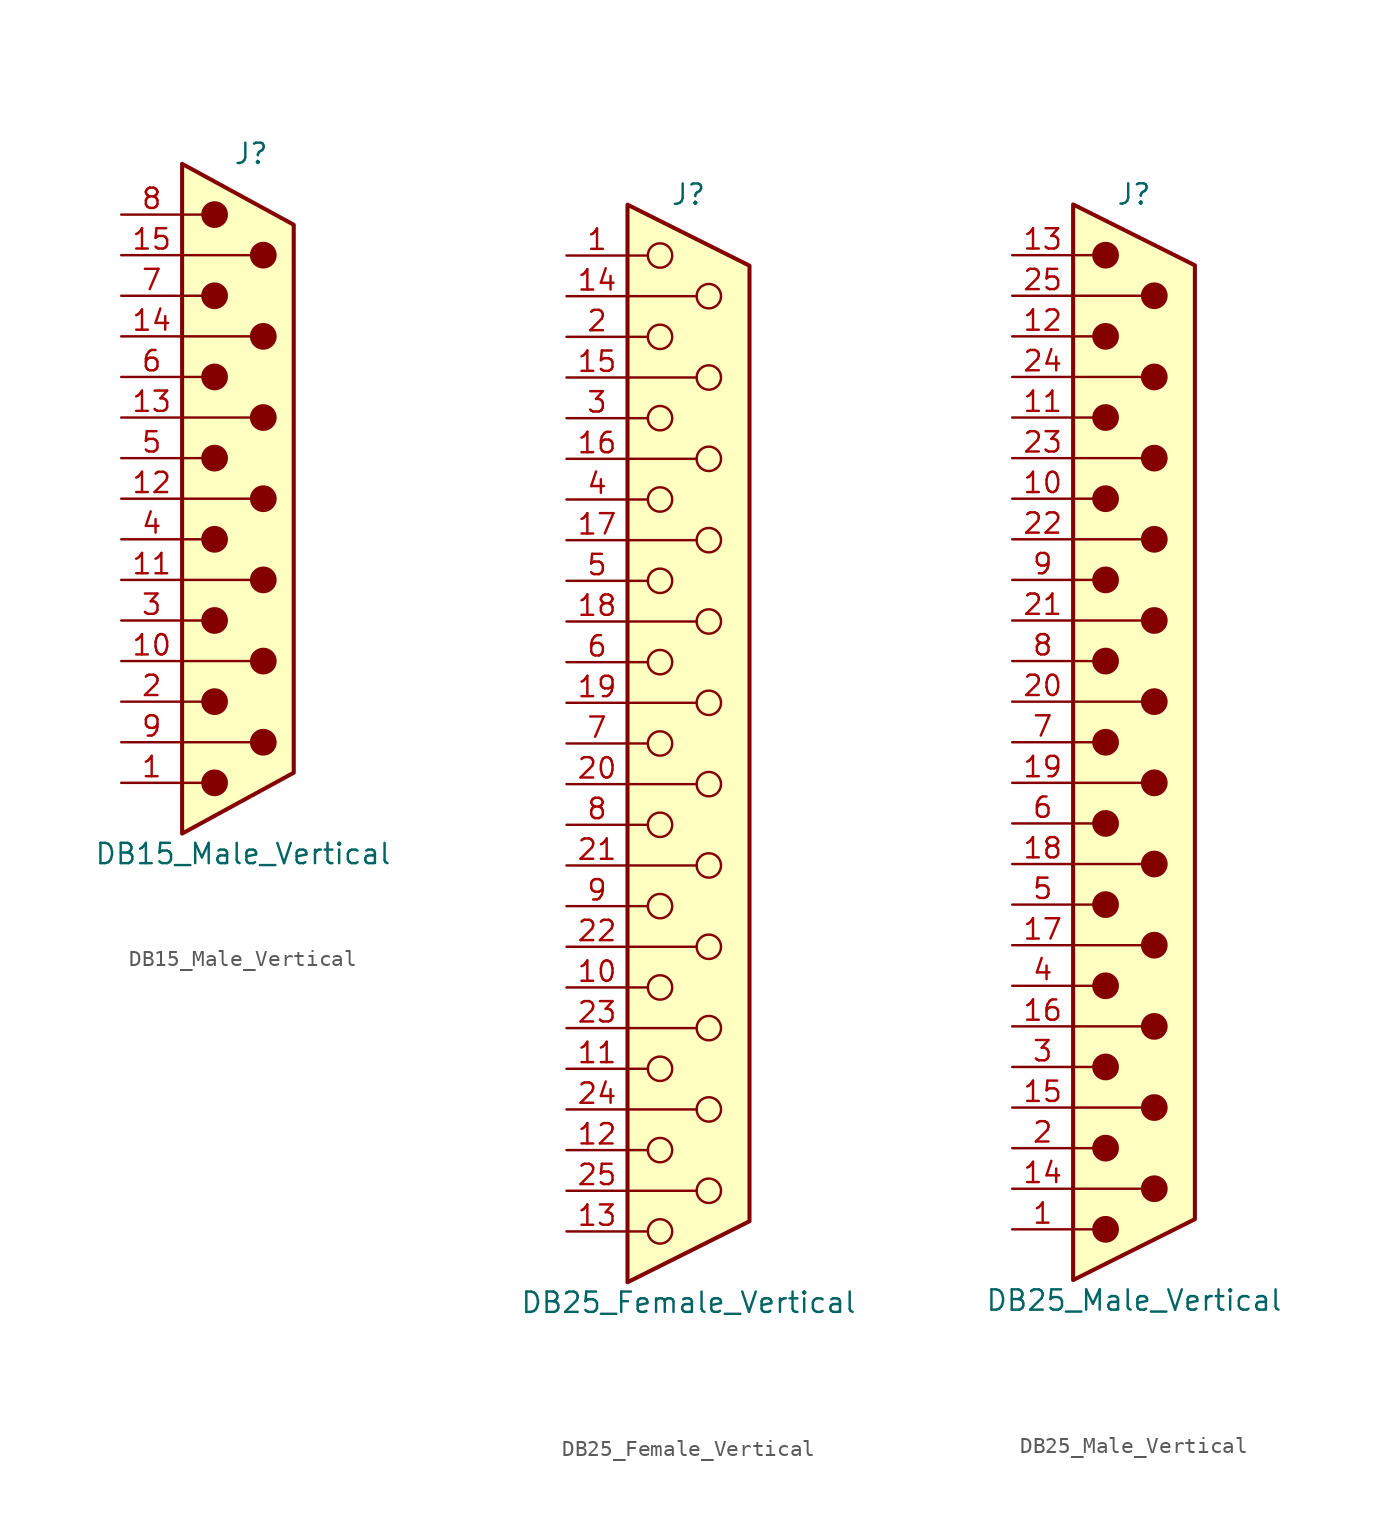
<source format=kicad_sym>
(kicad_symbol_lib
  (version 20220914)
  (generator kicad_symbol_editor)
  (symbol "DB15_Male_Vertical"
    (pin_names
      (offset 1.016) hide)
    (property "Reference" "J"
      (at 0.508 21.59 0)
      (effects (font (size 1.27 1.27))))
    (property "Value" "DB15_Male_Vertical"
      (at 0 -22.225 0)
      (effects (font (size 1.27 1.27))))
    (symbol "DB15_Male_Vertical_0_1"
      (circle (center -1.778 -17.78) (radius 0.762) (stroke (width 0) (type default)) (fill (type outline)))
      (circle (center -1.778 -12.7) (radius 0.762) (stroke (width 0) (type default)) (fill (type outline)))
      (circle (center -1.778 -7.62) (radius 0.762) (stroke (width 0) (type default)) (fill (type outline)))
      (circle (center -1.778 -2.54) (radius 0.762) (stroke (width 0) (type default)) (fill (type outline)))
      (circle (center -1.778 2.54) (radius 0.762) (stroke (width 0) (type default)) (fill (type outline)))
      (circle (center -1.778 7.62) (radius 0.762) (stroke (width 0) (type default)) (fill (type outline)))
      (circle (center -1.778 12.7) (radius 0.762) (stroke (width 0) (type default)) (fill (type outline)))
      (circle (center -1.778 17.78) (radius 0.762) (stroke (width 0) (type default)) (fill (type outline)))
      (polyline (pts (xy -3.81 -17.78) (xy -2.54 -17.78)) (stroke (width 0) (type default)) (fill (type none)))
      (polyline (pts (xy -3.81 -15.24) (xy 0.508 -15.24)) (stroke (width 0) (type default)) (fill (type none)))
      (polyline (pts (xy -3.81 -12.7) (xy -2.54 -12.7)) (stroke (width 0) (type default)) (fill (type none)))
      (polyline (pts (xy -3.81 -10.16) (xy 0.508 -10.16)) (stroke (width 0) (type default)) (fill (type none)))
      (polyline (pts (xy -3.81 -7.62) (xy -2.54 -7.62)) (stroke (width 0) (type default)) (fill (type none)))
      (polyline (pts (xy -3.81 -5.08) (xy 0.508 -5.08)) (stroke (width 0) (type default)) (fill (type none)))
      (polyline (pts (xy -3.81 -2.54) (xy -2.54 -2.54)) (stroke (width 0) (type default)) (fill (type none)))
      (polyline (pts (xy -3.81 0) (xy 0.508 0)) (stroke (width 0) (type default)) (fill (type none)))
      (polyline (pts (xy -3.81 2.54) (xy -2.54 2.54)) (stroke (width 0) (type default)) (fill (type none)))
      (polyline (pts (xy -3.81 5.08) (xy 0.508 5.08)) (stroke (width 0) (type default)) (fill (type none)))
      (polyline (pts (xy -3.81 7.62) (xy -2.54 7.62)) (stroke (width 0) (type default)) (fill (type none)))
      (polyline (pts (xy -3.81 10.16) (xy 0.508 10.16)) (stroke (width 0) (type default)) (fill (type none)))
      (polyline (pts (xy -3.81 12.7) (xy -2.54 12.7)) (stroke (width 0) (type default)) (fill (type none)))
      (polyline (pts (xy -3.81 15.24) (xy 0.508 15.24)) (stroke (width 0) (type default)) (fill (type none)))
      (polyline (pts (xy -3.81 17.78) (xy -2.54 17.78)) (stroke (width 0) (type default)) (fill (type none)))
      (polyline (pts (xy -3.81 -20.955) (xy 3.175 -17.145) (xy 3.175 17.145) (xy -3.81 20.955) (xy -3.81 -20.955)) (stroke (width 0.254) (type default)) (fill (type background)))
      (circle (center 1.27 -15.24) (radius 0.762) (stroke (width 0) (type default)) (fill (type outline)))
      (circle (center 1.27 -10.16) (radius 0.762) (stroke (width 0) (type default)) (fill (type outline)))
      (circle (center 1.27 -5.08) (radius 0.762) (stroke (width 0) (type default)) (fill (type outline)))
      (circle (center 1.27 0) (radius 0.762) (stroke (width 0) (type default)) (fill (type outline)))
      (circle (center 1.27 5.08) (radius 0.762) (stroke (width 0) (type default)) (fill (type outline)))
      (circle (center 1.27 10.16) (radius 0.762) (stroke (width 0) (type default)) (fill (type outline)))
      (circle (center 1.27 15.24) (radius 0.762) (stroke (width 0) (type default)) (fill (type outline))))
    (symbol "DB15_Male_Vertical_1_1"
      (pin passive line (at -7.62 -17.78 0) (length 3.81) (name "1" (effects (font (size 1.27 1.27)))) (number "1" (effects (font (size 1.27 1.27)))))
      (pin passive line (at -7.62 -10.16 0) (length 3.81) (name "P10" (effects (font (size 1.27 1.27)))) (number "10" (effects (font (size 1.27 1.27)))))
      (pin passive line (at -7.62 -5.08 0) (length 3.81) (name "P111" (effects (font (size 1.27 1.27)))) (number "11" (effects (font (size 1.27 1.27)))))
      (pin passive line (at -7.62 0 0) (length 3.81) (name "P12" (effects (font (size 1.27 1.27)))) (number "12" (effects (font (size 1.27 1.27)))))
      (pin passive line (at -7.62 5.08 0) (length 3.81) (name "P13" (effects (font (size 1.27 1.27)))) (number "13" (effects (font (size 1.27 1.27)))))
      (pin passive line (at -7.62 10.16 0) (length 3.81) (name "P14" (effects (font (size 1.27 1.27)))) (number "14" (effects (font (size 1.27 1.27)))))
      (pin passive line (at -7.62 15.24 0) (length 3.81) (name "P15" (effects (font (size 1.27 1.27)))) (number "15" (effects (font (size 1.27 1.27)))))
      (pin passive line (at -7.62 -12.7 0) (length 3.81) (name "2" (effects (font (size 1.27 1.27)))) (number "2" (effects (font (size 1.27 1.27)))))
      (pin passive line (at -7.62 -7.62 0) (length 3.81) (name "3" (effects (font (size 1.27 1.27)))) (number "3" (effects (font (size 1.27 1.27)))))
      (pin passive line (at -7.62 -2.54 0) (length 3.81) (name "4" (effects (font (size 1.27 1.27)))) (number "4" (effects (font (size 1.27 1.27)))))
      (pin passive line (at -7.62 2.54 0) (length 3.81) (name "5" (effects (font (size 1.27 1.27)))) (number "5" (effects (font (size 1.27 1.27)))))
      (pin passive line (at -7.62 7.62 0) (length 3.81) (name "6" (effects (font (size 1.27 1.27)))) (number "6" (effects (font (size 1.27 1.27)))))
      (pin passive line (at -7.62 12.7 0) (length 3.81) (name "7" (effects (font (size 1.27 1.27)))) (number "7" (effects (font (size 1.27 1.27)))))
      (pin passive line (at -7.62 17.78 0) (length 3.81) (name "8" (effects (font (size 1.27 1.27)))) (number "8" (effects (font (size 1.27 1.27)))))
      (pin passive line (at -7.62 -15.24 0) (length 3.81) (name "P9" (effects (font (size 1.27 1.27)))) (number "9" (effects (font (size 1.27 1.27)))))))
  (symbol "DB25_Female_Vertical"
    (pin_names
      (offset 1.016) hide)
    (property "Reference" "J"
      (at 0 34.29 0)
      (effects (font (size 1.27 1.27))))
    (property "Value" "DB25_Female_Vertical"
      (at 0 -34.925 0)
      (effects (font (size 1.27 1.27))))
    (symbol "DB25_Female_Vertical_0_1"
      (circle (center -1.778 -30.48) (radius 0.762) (stroke (width 0) (type default)) (fill (type none)))
      (circle (center -1.778 -25.4) (radius 0.762) (stroke (width 0) (type default)) (fill (type none)))
      (circle (center -1.778 -20.32) (radius 0.762) (stroke (width 0) (type default)) (fill (type none)))
      (circle (center -1.778 -15.24) (radius 0.762) (stroke (width 0) (type default)) (fill (type none)))
      (circle (center -1.778 -10.16) (radius 0.762) (stroke (width 0) (type default)) (fill (type none)))
      (circle (center -1.778 -5.08) (radius 0.762) (stroke (width 0) (type default)) (fill (type none)))
      (circle (center -1.778 0) (radius 0.762) (stroke (width 0) (type default)) (fill (type none)))
      (circle (center -1.778 5.08) (radius 0.762) (stroke (width 0) (type default)) (fill (type none)))
      (circle (center -1.778 10.16) (radius 0.762) (stroke (width 0) (type default)) (fill (type none)))
      (circle (center -1.778 15.24) (radius 0.762) (stroke (width 0) (type default)) (fill (type none)))
      (circle (center -1.778 20.32) (radius 0.762) (stroke (width 0) (type default)) (fill (type none)))
      (circle (center -1.778 25.4) (radius 0.762) (stroke (width 0) (type default)) (fill (type none)))
      (circle (center -1.778 30.48) (radius 0.762) (stroke (width 0) (type default)) (fill (type none)))
      (polyline (pts (xy -3.81 -30.48) (xy -2.54 -30.48)) (stroke (width 0) (type default)) (fill (type none)))
      (polyline (pts (xy -3.81 -27.94) (xy 0.508 -27.94)) (stroke (width 0) (type default)) (fill (type none)))
      (polyline (pts (xy -3.81 -25.4) (xy -2.54 -25.4)) (stroke (width 0) (type default)) (fill (type none)))
      (polyline (pts (xy -3.81 -22.86) (xy 0.508 -22.86)) (stroke (width 0) (type default)) (fill (type none)))
      (polyline (pts (xy -3.81 -20.32) (xy -2.54 -20.32)) (stroke (width 0) (type default)) (fill (type none)))
      (polyline (pts (xy -3.81 -17.78) (xy 0.508 -17.78)) (stroke (width 0) (type default)) (fill (type none)))
      (polyline (pts (xy -3.81 -15.24) (xy -2.54 -15.24)) (stroke (width 0) (type default)) (fill (type none)))
      (polyline (pts (xy -3.81 -12.7) (xy 0.508 -12.7)) (stroke (width 0) (type default)) (fill (type none)))
      (polyline (pts (xy -3.81 -10.16) (xy -2.54 -10.16)) (stroke (width 0) (type default)) (fill (type none)))
      (polyline (pts (xy -3.81 -7.62) (xy 0.508 -7.62)) (stroke (width 0) (type default)) (fill (type none)))
      (polyline (pts (xy -3.81 -5.08) (xy -2.54 -5.08)) (stroke (width 0) (type default)) (fill (type none)))
      (polyline (pts (xy -3.81 -2.54) (xy 0.508 -2.54)) (stroke (width 0) (type default)) (fill (type none)))
      (polyline (pts (xy -3.81 0) (xy -2.54 0)) (stroke (width 0) (type default)) (fill (type none)))
      (polyline (pts (xy -3.81 2.54) (xy 0.508 2.54)) (stroke (width 0) (type default)) (fill (type none)))
      (polyline (pts (xy -3.81 5.08) (xy -2.54 5.08)) (stroke (width 0) (type default)) (fill (type none)))
      (polyline (pts (xy -3.81 7.62) (xy 0.508 7.62)) (stroke (width 0) (type default)) (fill (type none)))
      (polyline (pts (xy -3.81 10.16) (xy -2.54 10.16)) (stroke (width 0) (type default)) (fill (type none)))
      (polyline (pts (xy -3.81 12.7) (xy 0.508 12.7)) (stroke (width 0) (type default)) (fill (type none)))
      (polyline (pts (xy -3.81 15.24) (xy -2.54 15.24)) (stroke (width 0) (type default)) (fill (type none)))
      (polyline (pts (xy -3.81 17.78) (xy 0.508 17.78)) (stroke (width 0) (type default)) (fill (type none)))
      (polyline (pts (xy -3.81 20.32) (xy -2.54 20.32)) (stroke (width 0) (type default)) (fill (type none)))
      (polyline (pts (xy -3.81 22.86) (xy 0.508 22.86)) (stroke (width 0) (type default)) (fill (type none)))
      (polyline (pts (xy -3.81 25.4) (xy -2.54 25.4)) (stroke (width 0) (type default)) (fill (type none)))
      (polyline (pts (xy -3.81 27.94) (xy 0.508 27.94)) (stroke (width 0) (type default)) (fill (type none)))
      (polyline (pts (xy -3.81 30.48) (xy -2.54 30.48)) (stroke (width 0) (type default)) (fill (type none)))
      (polyline (pts (xy -3.81 33.655) (xy 3.81 29.845) (xy 3.81 -29.845) (xy -3.81 -33.655) (xy -3.81 33.655)) (stroke (width 0.254) (type default)) (fill (type background)))
      (circle (center 1.27 -27.94) (radius 0.762) (stroke (width 0) (type default)) (fill (type none)))
      (circle (center 1.27 -22.86) (radius 0.762) (stroke (width 0) (type default)) (fill (type none)))
      (circle (center 1.27 -17.78) (radius 0.762) (stroke (width 0) (type default)) (fill (type none)))
      (circle (center 1.27 -12.7) (radius 0.762) (stroke (width 0) (type default)) (fill (type none)))
      (circle (center 1.27 -7.62) (radius 0.762) (stroke (width 0) (type default)) (fill (type none)))
      (circle (center 1.27 -2.54) (radius 0.762) (stroke (width 0) (type default)) (fill (type none)))
      (circle (center 1.27 2.54) (radius 0.762) (stroke (width 0) (type default)) (fill (type none)))
      (circle (center 1.27 7.62) (radius 0.762) (stroke (width 0) (type default)) (fill (type none)))
      (circle (center 1.27 12.7) (radius 0.762) (stroke (width 0) (type default)) (fill (type none)))
      (circle (center 1.27 17.78) (radius 0.762) (stroke (width 0) (type default)) (fill (type none)))
      (circle (center 1.27 22.86) (radius 0.762) (stroke (width 0) (type default)) (fill (type none)))
      (circle (center 1.27 27.94) (radius 0.762) (stroke (width 0) (type default)) (fill (type none))))
    (symbol "DB25_Female_Vertical_1_1"
      (pin passive line (at -7.62 30.48 0) (length 3.81) (name "1" (effects (font (size 1.27 1.27)))) (number "1" (effects (font (size 1.27 1.27)))))
      (pin passive line (at -7.62 -15.24 0) (length 3.81) (name "10" (effects (font (size 1.27 1.27)))) (number "10" (effects (font (size 1.27 1.27)))))
      (pin passive line (at -7.62 -20.32 0) (length 3.81) (name "11" (effects (font (size 1.27 1.27)))) (number "11" (effects (font (size 1.27 1.27)))))
      (pin passive line (at -7.62 -25.4 0) (length 3.81) (name "12" (effects (font (size 1.27 1.27)))) (number "12" (effects (font (size 1.27 1.27)))))
      (pin passive line (at -7.62 -30.48 0) (length 3.81) (name "13" (effects (font (size 1.27 1.27)))) (number "13" (effects (font (size 1.27 1.27)))))
      (pin passive line (at -7.62 27.94 0) (length 3.81) (name "P14" (effects (font (size 1.27 1.27)))) (number "14" (effects (font (size 1.27 1.27)))))
      (pin passive line (at -7.62 22.86 0) (length 3.81) (name "P15" (effects (font (size 1.27 1.27)))) (number "15" (effects (font (size 1.27 1.27)))))
      (pin passive line (at -7.62 17.78 0) (length 3.81) (name "P16" (effects (font (size 1.27 1.27)))) (number "16" (effects (font (size 1.27 1.27)))))
      (pin passive line (at -7.62 12.7 0) (length 3.81) (name "P17" (effects (font (size 1.27 1.27)))) (number "17" (effects (font (size 1.27 1.27)))))
      (pin passive line (at -7.62 7.62 0) (length 3.81) (name "P18" (effects (font (size 1.27 1.27)))) (number "18" (effects (font (size 1.27 1.27)))))
      (pin passive line (at -7.62 2.54 0) (length 3.81) (name "P19" (effects (font (size 1.27 1.27)))) (number "19" (effects (font (size 1.27 1.27)))))
      (pin passive line (at -7.62 25.4 0) (length 3.81) (name "2" (effects (font (size 1.27 1.27)))) (number "2" (effects (font (size 1.27 1.27)))))
      (pin passive line (at -7.62 -2.54 0) (length 3.81) (name "P20" (effects (font (size 1.27 1.27)))) (number "20" (effects (font (size 1.27 1.27)))))
      (pin passive line (at -7.62 -7.62 0) (length 3.81) (name "P21" (effects (font (size 1.27 1.27)))) (number "21" (effects (font (size 1.27 1.27)))))
      (pin passive line (at -7.62 -12.7 0) (length 3.81) (name "P22" (effects (font (size 1.27 1.27)))) (number "22" (effects (font (size 1.27 1.27)))))
      (pin passive line (at -7.62 -17.78 0) (length 3.81) (name "P23" (effects (font (size 1.27 1.27)))) (number "23" (effects (font (size 1.27 1.27)))))
      (pin passive line (at -7.62 -22.86 0) (length 3.81) (name "P24" (effects (font (size 1.27 1.27)))) (number "24" (effects (font (size 1.27 1.27)))))
      (pin passive line (at -7.62 -27.94 0) (length 3.81) (name "P25" (effects (font (size 1.27 1.27)))) (number "25" (effects (font (size 1.27 1.27)))))
      (pin passive line (at -7.62 20.32 0) (length 3.81) (name "3" (effects (font (size 1.27 1.27)))) (number "3" (effects (font (size 1.27 1.27)))))
      (pin passive line (at -7.62 15.24 0) (length 3.81) (name "4" (effects (font (size 1.27 1.27)))) (number "4" (effects (font (size 1.27 1.27)))))
      (pin passive line (at -7.62 10.16 0) (length 3.81) (name "5" (effects (font (size 1.27 1.27)))) (number "5" (effects (font (size 1.27 1.27)))))
      (pin passive line (at -7.62 5.08 0) (length 3.81) (name "6" (effects (font (size 1.27 1.27)))) (number "6" (effects (font (size 1.27 1.27)))))
      (pin passive line (at -7.62 0 0) (length 3.81) (name "7" (effects (font (size 1.27 1.27)))) (number "7" (effects (font (size 1.27 1.27)))))
      (pin passive line (at -7.62 -5.08 0) (length 3.81) (name "8" (effects (font (size 1.27 1.27)))) (number "8" (effects (font (size 1.27 1.27)))))
      (pin passive line (at -7.62 -10.16 0) (length 3.81) (name "9" (effects (font (size 1.27 1.27)))) (number "9" (effects (font (size 1.27 1.27)))))))
  (symbol "DB25_Male_Vertical"
    (pin_names
      (offset 1.016) hide)
    (property "Reference" "J"
      (at 0 34.29 0)
      (effects (font (size 1.27 1.27))))
    (property "Value" "DB25_Male_Vertical"
      (at 0 -34.925 0)
      (effects (font (size 1.27 1.27))))
    (symbol "DB25_Male_Vertical_0_1"
      (circle (center -1.778 -30.48) (radius 0.762) (stroke (width 0) (type default)) (fill (type outline)))
      (circle (center -1.778 -25.4) (radius 0.762) (stroke (width 0) (type default)) (fill (type outline)))
      (circle (center -1.778 -20.32) (radius 0.762) (stroke (width 0) (type default)) (fill (type outline)))
      (circle (center -1.778 -15.24) (radius 0.762) (stroke (width 0) (type default)) (fill (type outline)))
      (circle (center -1.778 -10.16) (radius 0.762) (stroke (width 0) (type default)) (fill (type outline)))
      (circle (center -1.778 -5.08) (radius 0.762) (stroke (width 0) (type default)) (fill (type outline)))
      (circle (center -1.778 0) (radius 0.762) (stroke (width 0) (type default)) (fill (type outline)))
      (circle (center -1.778 5.08) (radius 0.762) (stroke (width 0) (type default)) (fill (type outline)))
      (circle (center -1.778 10.16) (radius 0.762) (stroke (width 0) (type default)) (fill (type outline)))
      (circle (center -1.778 15.24) (radius 0.762) (stroke (width 0) (type default)) (fill (type outline)))
      (circle (center -1.778 20.32) (radius 0.762) (stroke (width 0) (type default)) (fill (type outline)))
      (circle (center -1.778 25.4) (radius 0.762) (stroke (width 0) (type default)) (fill (type outline)))
      (circle (center -1.778 30.48) (radius 0.762) (stroke (width 0) (type default)) (fill (type outline)))
      (polyline (pts (xy -3.81 -30.48) (xy -2.54 -30.48)) (stroke (width 0) (type default)) (fill (type none)))
      (polyline (pts (xy -3.81 -27.94) (xy 0.508 -27.94)) (stroke (width 0) (type default)) (fill (type none)))
      (polyline (pts (xy -3.81 -25.4) (xy -2.54 -25.4)) (stroke (width 0) (type default)) (fill (type none)))
      (polyline (pts (xy -3.81 -22.86) (xy 0.508 -22.86)) (stroke (width 0) (type default)) (fill (type none)))
      (polyline (pts (xy -3.81 -20.32) (xy -2.54 -20.32)) (stroke (width 0) (type default)) (fill (type none)))
      (polyline (pts (xy -3.81 -17.78) (xy 0.508 -17.78)) (stroke (width 0) (type default)) (fill (type none)))
      (polyline (pts (xy -3.81 -15.24) (xy -2.54 -15.24)) (stroke (width 0) (type default)) (fill (type none)))
      (polyline (pts (xy -3.81 -12.7) (xy 0.508 -12.7)) (stroke (width 0) (type default)) (fill (type none)))
      (polyline (pts (xy -3.81 -10.16) (xy -2.54 -10.16)) (stroke (width 0) (type default)) (fill (type none)))
      (polyline (pts (xy -3.81 -7.62) (xy 0.508 -7.62)) (stroke (width 0) (type default)) (fill (type none)))
      (polyline (pts (xy -3.81 -5.08) (xy -2.54 -5.08)) (stroke (width 0) (type default)) (fill (type none)))
      (polyline (pts (xy -3.81 -2.54) (xy 0.508 -2.54)) (stroke (width 0) (type default)) (fill (type none)))
      (polyline (pts (xy -3.81 0) (xy -2.54 0)) (stroke (width 0) (type default)) (fill (type none)))
      (polyline (pts (xy -3.81 2.54) (xy 0.508 2.54)) (stroke (width 0) (type default)) (fill (type none)))
      (polyline (pts (xy -3.81 5.08) (xy -2.54 5.08)) (stroke (width 0) (type default)) (fill (type none)))
      (polyline (pts (xy -3.81 7.62) (xy 0.508 7.62)) (stroke (width 0) (type default)) (fill (type none)))
      (polyline (pts (xy -3.81 10.16) (xy -2.54 10.16)) (stroke (width 0) (type default)) (fill (type none)))
      (polyline (pts (xy -3.81 12.7) (xy 0.508 12.7)) (stroke (width 0) (type default)) (fill (type none)))
      (polyline (pts (xy -3.81 15.24) (xy -2.54 15.24)) (stroke (width 0) (type default)) (fill (type none)))
      (polyline (pts (xy -3.81 17.78) (xy 0.508 17.78)) (stroke (width 0) (type default)) (fill (type none)))
      (polyline (pts (xy -3.81 20.32) (xy -2.54 20.32)) (stroke (width 0) (type default)) (fill (type none)))
      (polyline (pts (xy -3.81 22.86) (xy 0.508 22.86)) (stroke (width 0) (type default)) (fill (type none)))
      (polyline (pts (xy -3.81 25.4) (xy -2.54 25.4)) (stroke (width 0) (type default)) (fill (type none)))
      (polyline (pts (xy -3.81 27.94) (xy 0.508 27.94)) (stroke (width 0) (type default)) (fill (type none)))
      (polyline (pts (xy -3.81 30.48) (xy -2.54 30.48)) (stroke (width 0) (type default)) (fill (type none)))
      (polyline (pts (xy -3.81 -33.655) (xy 3.81 -29.845) (xy 3.81 29.845) (xy -3.81 33.655) (xy -3.81 -33.655)) (stroke (width 0.254) (type default)) (fill (type background)))
      (circle (center 1.27 -27.94) (radius 0.762) (stroke (width 0) (type default)) (fill (type outline)))
      (circle (center 1.27 -22.86) (radius 0.762) (stroke (width 0) (type default)) (fill (type outline)))
      (circle (center 1.27 -17.78) (radius 0.762) (stroke (width 0) (type default)) (fill (type outline)))
      (circle (center 1.27 -12.7) (radius 0.762) (stroke (width 0) (type default)) (fill (type outline)))
      (circle (center 1.27 -7.62) (radius 0.762) (stroke (width 0) (type default)) (fill (type outline)))
      (circle (center 1.27 -2.54) (radius 0.762) (stroke (width 0) (type default)) (fill (type outline)))
      (circle (center 1.27 2.54) (radius 0.762) (stroke (width 0) (type default)) (fill (type outline)))
      (circle (center 1.27 7.62) (radius 0.762) (stroke (width 0) (type default)) (fill (type outline)))
      (circle (center 1.27 12.7) (radius 0.762) (stroke (width 0) (type default)) (fill (type outline)))
      (circle (center 1.27 17.78) (radius 0.762) (stroke (width 0) (type default)) (fill (type outline)))
      (circle (center 1.27 22.86) (radius 0.762) (stroke (width 0) (type default)) (fill (type outline)))
      (circle (center 1.27 27.94) (radius 0.762) (stroke (width 0) (type default)) (fill (type outline))))
    (symbol "DB25_Male_Vertical_1_1"
      (pin passive line (at -7.62 -30.48 0) (length 3.81) (name "1" (effects (font (size 1.27 1.27)))) (number "1" (effects (font (size 1.27 1.27)))))
      (pin passive line (at -7.62 15.24 0) (length 3.81) (name "10" (effects (font (size 1.27 1.27)))) (number "10" (effects (font (size 1.27 1.27)))))
      (pin passive line (at -7.62 20.32 0) (length 3.81) (name "11" (effects (font (size 1.27 1.27)))) (number "11" (effects (font (size 1.27 1.27)))))
      (pin passive line (at -7.62 25.4 0) (length 3.81) (name "12" (effects (font (size 1.27 1.27)))) (number "12" (effects (font (size 1.27 1.27)))))
      (pin passive line (at -7.62 30.48 0) (length 3.81) (name "13" (effects (font (size 1.27 1.27)))) (number "13" (effects (font (size 1.27 1.27)))))
      (pin passive line (at -7.62 -27.94 0) (length 3.81) (name "P14" (effects (font (size 1.27 1.27)))) (number "14" (effects (font (size 1.27 1.27)))))
      (pin passive line (at -7.62 -22.86 0) (length 3.81) (name "P15" (effects (font (size 1.27 1.27)))) (number "15" (effects (font (size 1.27 1.27)))))
      (pin passive line (at -7.62 -17.78 0) (length 3.81) (name "P16" (effects (font (size 1.27 1.27)))) (number "16" (effects (font (size 1.27 1.27)))))
      (pin passive line (at -7.62 -12.7 0) (length 3.81) (name "P17" (effects (font (size 1.27 1.27)))) (number "17" (effects (font (size 1.27 1.27)))))
      (pin passive line (at -7.62 -7.62 0) (length 3.81) (name "P18" (effects (font (size 1.27 1.27)))) (number "18" (effects (font (size 1.27 1.27)))))
      (pin passive line (at -7.62 -2.54 0) (length 3.81) (name "P19" (effects (font (size 1.27 1.27)))) (number "19" (effects (font (size 1.27 1.27)))))
      (pin passive line (at -7.62 -25.4 0) (length 3.81) (name "2" (effects (font (size 1.27 1.27)))) (number "2" (effects (font (size 1.27 1.27)))))
      (pin passive line (at -7.62 2.54 0) (length 3.81) (name "P20" (effects (font (size 1.27 1.27)))) (number "20" (effects (font (size 1.27 1.27)))))
      (pin passive line (at -7.62 7.62 0) (length 3.81) (name "P21" (effects (font (size 1.27 1.27)))) (number "21" (effects (font (size 1.27 1.27)))))
      (pin passive line (at -7.62 12.7 0) (length 3.81) (name "P22" (effects (font (size 1.27 1.27)))) (number "22" (effects (font (size 1.27 1.27)))))
      (pin passive line (at -7.62 17.78 0) (length 3.81) (name "P23" (effects (font (size 1.27 1.27)))) (number "23" (effects (font (size 1.27 1.27)))))
      (pin passive line (at -7.62 22.86 0) (length 3.81) (name "P24" (effects (font (size 1.27 1.27)))) (number "24" (effects (font (size 1.27 1.27)))))
      (pin passive line (at -7.62 27.94 0) (length 3.81) (name "P25" (effects (font (size 1.27 1.27)))) (number "25" (effects (font (size 1.27 1.27)))))
      (pin passive line (at -7.62 -20.32 0) (length 3.81) (name "3" (effects (font (size 1.27 1.27)))) (number "3" (effects (font (size 1.27 1.27)))))
      (pin passive line (at -7.62 -15.24 0) (length 3.81) (name "4" (effects (font (size 1.27 1.27)))) (number "4" (effects (font (size 1.27 1.27)))))
      (pin passive line (at -7.62 -10.16 0) (length 3.81) (name "5" (effects (font (size 1.27 1.27)))) (number "5" (effects (font (size 1.27 1.27)))))
      (pin passive line (at -7.62 -5.08 0) (length 3.81) (name "6" (effects (font (size 1.27 1.27)))) (number "6" (effects (font (size 1.27 1.27)))))
      (pin passive line (at -7.62 0 0) (length 3.81) (name "7" (effects (font (size 1.27 1.27)))) (number "7" (effects (font (size 1.27 1.27)))))
      (pin passive line (at -7.62 5.08 0) (length 3.81) (name "8" (effects (font (size 1.27 1.27)))) (number "8" (effects (font (size 1.27 1.27)))))
      (pin passive line (at -7.62 10.16 0) (length 3.81) (name "9" (effects (font (size 1.27 1.27)))) (number "9" (effects (font (size 1.27 1.27))))))))
</source>
